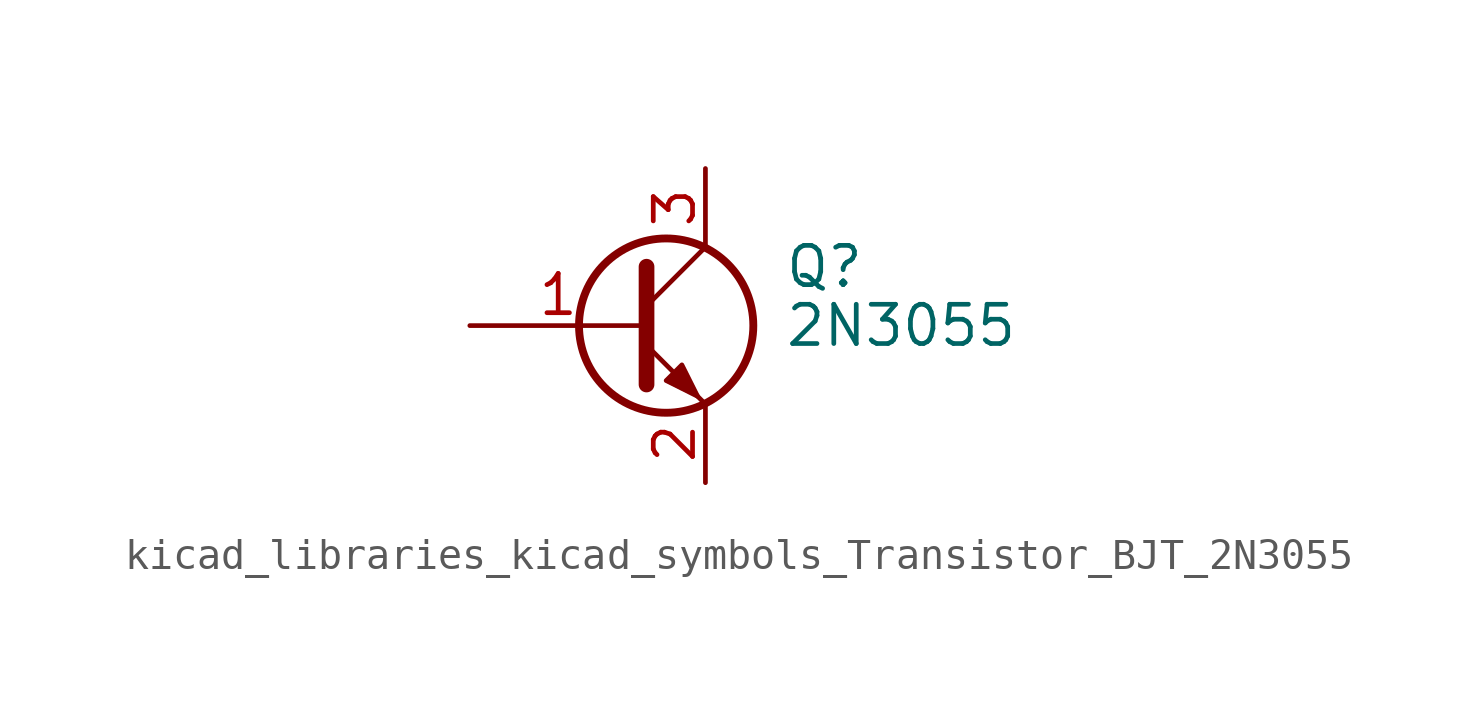
<source format=kicad_sym>
(kicad_symbol_lib
  (version 20220914)
  (generator kicad_symbol_editor)
  (symbol "kicad_libraries_kicad_symbols_Transistor_BJT_2N3055"
    (pin_names
      (offset 0) hide)
    (property "Reference" "Q"
      (at 5.08 1.905 0)
      (effects (font (size 1.27 1.27)) (justify left)))
    (property "Value" "2N3055"
      (at 5.08 0 0)
      (effects (font (size 1.27 1.27)) (justify left)))
    (symbol "kicad_libraries_kicad_symbols_Transistor_BJT_2N3055_0_1"
      (polyline (pts (xy 0.635 0.635) (xy 2.54 2.54)) (stroke (width 0) (type default)) (fill (type none)))
      (polyline (pts (xy 0.635 -0.635) (xy 2.54 -2.54) (xy 2.54 -2.54)) (stroke (width 0) (type default)) (fill (type none)))
      (polyline (pts (xy 0.635 1.905) (xy 0.635 -1.905) (xy 0.635 -1.905)) (stroke (width 0.508) (type default)) (fill (type none)))
      (polyline (pts (xy 1.27 -1.778) (xy 1.778 -1.27) (xy 2.286 -2.286) (xy 1.27 -1.778) (xy 1.27 -1.778)) (stroke (width 0) (type default)) (fill (type outline)))
      (circle (center 1.27 0) (radius 2.819) (stroke (width 0.254) (type default)) (fill (type none))))
    (symbol "kicad_libraries_kicad_symbols_Transistor_BJT_2N3055_1_1"
      (pin input line (at -5.08 0 0) (length 5.715) (name "B" (effects (font (size 1.27 1.27)))) (number "1" (effects (font (size 1.27 1.27)))))
      (pin passive line (at 2.54 -5.08 90) (length 2.54) (name "E" (effects (font (size 1.27 1.27)))) (number "2" (effects (font (size 1.27 1.27)))))
      (pin passive line (at 2.54 5.08 270) (length 2.54) (name "C" (effects (font (size 1.27 1.27)))) (number "3" (effects (font (size 1.27 1.27))))))))
</source>
